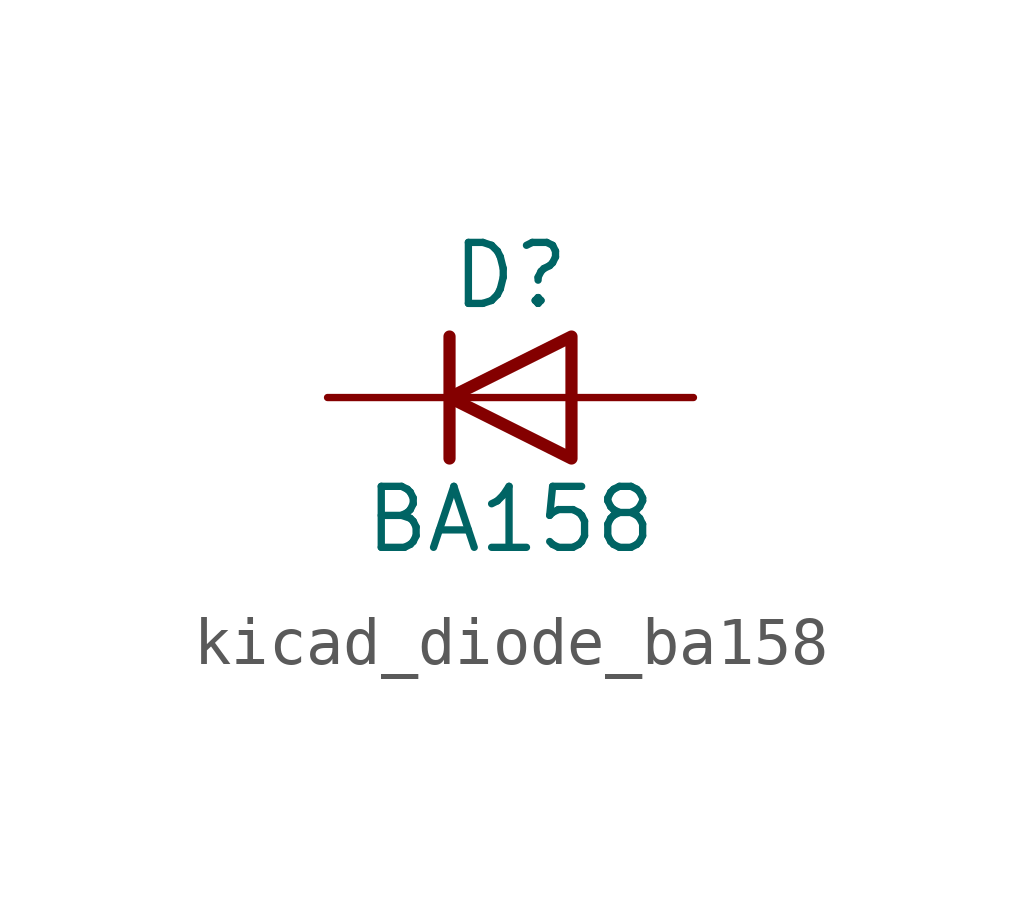
<source format=kicad_sym>
(kicad_symbol_lib
  (version 20220914)
  (generator kicad_symbol_editor)
  (symbol "kicad_diode_ba158"
    (pin_numbers hide)
    (pin_names hide)
    (property "Reference" "D"
      (at 0 2.54 0)
      (effects (font (size 1.27 1.27))))
    (property "Value" "BA158"
      (at 0 -2.54 0)
      (effects (font (size 1.27 1.27))))
    (symbol "kicad_diode_ba158_0_1"
      (polyline (pts (xy -1.27 1.27) (xy -1.27 -1.27)) (stroke (width 0.254) (type default)) (fill (type none)))
      (polyline (pts (xy 1.27 0) (xy -1.27 0)) (stroke (width 0) (type default)) (fill (type none)))
      (polyline (pts (xy 1.27 1.27) (xy 1.27 -1.27) (xy -1.27 0) (xy 1.27 1.27)) (stroke (width 0.254) (type default)) (fill (type none))))
    (symbol "kicad_diode_ba158_1_1"
      (pin passive line (at -3.81 0 0) (length 2.54) (name "K" (effects (font (size 1.27 1.27)))) (number "1" (effects (font (size 1.27 1.27)))))
      (pin passive line (at 3.81 0 180) (length 2.54) (name "A" (effects (font (size 1.27 1.27)))) (number "2" (effects (font (size 1.27 1.27))))))))
</source>
